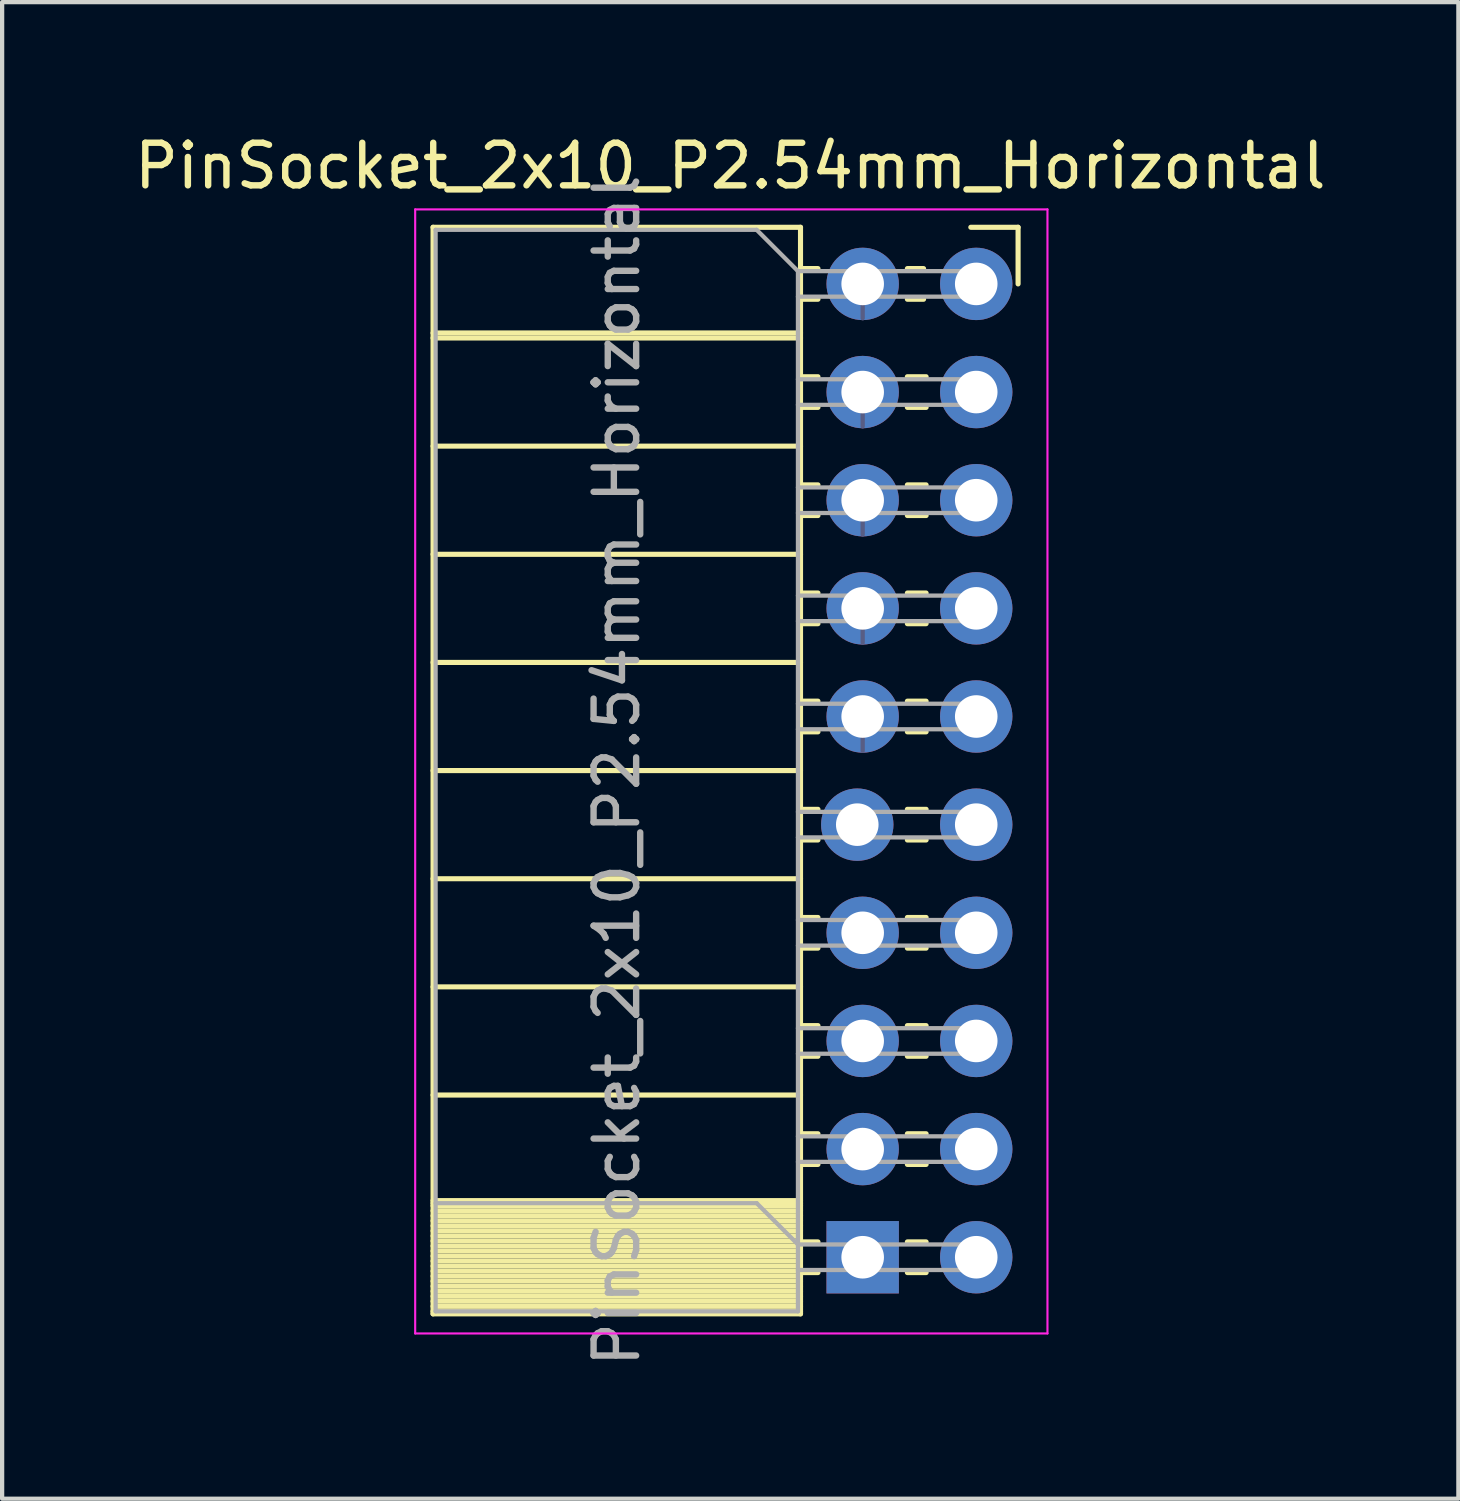
<source format=kicad_pcb>
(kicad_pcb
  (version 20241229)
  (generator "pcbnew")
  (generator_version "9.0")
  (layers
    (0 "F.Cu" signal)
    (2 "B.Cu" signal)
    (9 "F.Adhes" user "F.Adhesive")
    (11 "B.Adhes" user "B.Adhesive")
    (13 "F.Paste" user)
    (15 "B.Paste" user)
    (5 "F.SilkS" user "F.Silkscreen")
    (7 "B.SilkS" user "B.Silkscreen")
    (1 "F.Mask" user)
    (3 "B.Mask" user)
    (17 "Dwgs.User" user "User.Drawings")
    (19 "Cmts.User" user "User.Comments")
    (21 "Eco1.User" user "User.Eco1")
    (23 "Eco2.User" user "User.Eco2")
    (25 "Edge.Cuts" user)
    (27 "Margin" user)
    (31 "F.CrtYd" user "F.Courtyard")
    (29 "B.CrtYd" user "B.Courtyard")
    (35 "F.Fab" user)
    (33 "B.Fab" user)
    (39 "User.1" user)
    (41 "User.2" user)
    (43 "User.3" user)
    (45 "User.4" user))
  (footprint "PinSocket_2x10_P2.54mm_Horizontal"
    (layer "F.Cu")
    (at 21.91 1.84)
    (property "Reference" "PinSocket_2x10_P2.54mm_Horizontal" (at -7.809 -0.992 0) (layer "F.SilkS") (effects (font (size 1 1) (thickness 0.15))))
    (attr through_hole)
    (fp_line (start -14.789 0.448) (end -14.789 25.968) (stroke (width 0.12) (type solid)) (layer "F.SilkS"))
    (fp_line (start -14.789 0.448) (end -6.159 0.448) (stroke (width 0.12) (type solid)) (layer "F.SilkS"))
    (fp_line (start -14.789 2.93) (end -6.159 2.93) (stroke (width 0.12) (type solid)) (layer "F.SilkS"))
    (fp_line (start -14.789 3.048) (end -6.159 3.048) (stroke (width 0.12) (type solid)) (layer "F.SilkS"))
    (fp_line (start -14.789 5.588) (end -6.159 5.588) (stroke (width 0.12) (type solid)) (layer "F.SilkS"))
    (fp_line (start -14.789 8.128) (end -6.159 8.128) (stroke (width 0.12) (type solid)) (layer "F.SilkS"))
    (fp_line (start -14.789 10.668) (end -6.159 10.668) (stroke (width 0.12) (type solid)) (layer "F.SilkS"))
    (fp_line (start -14.789 13.208) (end -6.159 13.208) (stroke (width 0.12) (type solid)) (layer "F.SilkS"))
    (fp_line (start -14.789 15.748) (end -6.159 15.748) (stroke (width 0.12) (type solid)) (layer "F.SilkS"))
    (fp_line (start -14.789 18.288) (end -6.159 18.288) (stroke (width 0.12) (type solid)) (layer "F.SilkS"))
    (fp_line (start -14.789 20.828) (end -6.159 20.828) (stroke (width 0.12) (type solid)) (layer "F.SilkS"))
    (fp_line (start -14.789 23.308) (end -6.159 23.308) (stroke (width 0.12) (type solid)) (layer "F.SilkS"))
    (fp_line (start -14.789 23.368) (end -6.159 23.368) (stroke (width 0.12) (type solid)) (layer "F.SilkS"))
    (fp_line (start -14.789 23.428) (end -6.159 23.428) (stroke (width 0.12) (type solid)) (layer "F.SilkS"))
    (fp_line (start -14.789 23.546) (end -6.159 23.546) (stroke (width 0.12) (type solid)) (layer "F.SilkS"))
    (fp_line (start -14.789 23.664) (end -6.159 23.664) (stroke (width 0.12) (type solid)) (layer "F.SilkS"))
    (fp_line (start -14.789 23.782) (end -6.159 23.782) (stroke (width 0.12) (type solid)) (layer "F.SilkS"))
    (fp_line (start -14.789 23.9) (end -6.159 23.9) (stroke (width 0.12) (type solid)) (layer "F.SilkS"))
    (fp_line (start -14.789 24.018) (end -6.159 24.018) (stroke (width 0.12) (type solid)) (layer "F.SilkS"))
    (fp_line (start -14.789 24.137) (end -6.159 24.137) (stroke (width 0.12) (type solid)) (layer "F.SilkS"))
    (fp_line (start -14.789 24.255) (end -6.159 24.255) (stroke (width 0.12) (type solid)) (layer "F.SilkS"))
    (fp_line (start -14.789 24.373) (end -6.159 24.373) (stroke (width 0.12) (type solid)) (layer "F.SilkS"))
    (fp_line (start -14.789 24.491) (end -6.159 24.491) (stroke (width 0.12) (type solid)) (layer "F.SilkS"))
    (fp_line (start -14.789 24.609) (end -6.159 24.609) (stroke (width 0.12) (type solid)) (layer "F.SilkS"))
    (fp_line (start -14.789 24.727) (end -6.159 24.727) (stroke (width 0.12) (type solid)) (layer "F.SilkS"))
    (fp_line (start -14.789 24.845) (end -6.159 24.845) (stroke (width 0.12) (type solid)) (layer "F.SilkS"))
    (fp_line (start -14.789 24.963) (end -6.159 24.963) (stroke (width 0.12) (type solid)) (layer "F.SilkS"))
    (fp_line (start -14.789 25.081) (end -6.159 25.081) (stroke (width 0.12) (type solid)) (layer "F.SilkS"))
    (fp_line (start -14.789 25.199) (end -6.159 25.199) (stroke (width 0.12) (type solid)) (layer "F.SilkS"))
    (fp_line (start -14.789 25.318) (end -6.159 25.318) (stroke (width 0.12) (type solid)) (layer "F.SilkS"))
    (fp_line (start -14.789 25.436) (end -6.159 25.436) (stroke (width 0.12) (type solid)) (layer "F.SilkS"))
    (fp_line (start -14.789 25.554) (end -6.159 25.554) (stroke (width 0.12) (type solid)) (layer "F.SilkS"))
    (fp_line (start -14.789 25.672) (end -6.159 25.672) (stroke (width 0.12) (type solid)) (layer "F.SilkS"))
    (fp_line (start -14.789 25.79) (end -6.159 25.79) (stroke (width 0.12) (type solid)) (layer "F.SilkS"))
    (fp_line (start -14.789 25.908) (end -6.159 25.908) (stroke (width 0.12) (type solid)) (layer "F.SilkS"))
    (fp_line (start -14.789 25.968) (end -6.159 25.968) (stroke (width 0.12) (type solid)) (layer "F.SilkS"))
    (fp_line (start -6.159 0.448) (end -6.159 25.968) (stroke (width 0.12) (type solid)) (layer "F.SilkS"))
    (fp_line (start -6.159 1.418) (end -5.749 1.418) (stroke (width 0.12) (type solid)) (layer "F.SilkS"))
    (fp_line (start -6.159 2.138) (end -5.749 2.138) (stroke (width 0.12) (type solid)) (layer "F.SilkS"))
    (fp_line (start -6.159 3.958) (end -5.749 3.958) (stroke (width 0.12) (type solid)) (layer "F.SilkS"))
    (fp_line (start -6.159 4.678) (end -5.749 4.678) (stroke (width 0.12) (type solid)) (layer "F.SilkS"))
    (fp_line (start -6.159 6.498) (end -5.749 6.498) (stroke (width 0.12) (type solid)) (layer "F.SilkS"))
    (fp_line (start -6.159 7.218) (end -5.749 7.218) (stroke (width 0.12) (type solid)) (layer "F.SilkS"))
    (fp_line (start -6.159 9.038) (end -5.749 9.038) (stroke (width 0.12) (type solid)) (layer "F.SilkS"))
    (fp_line (start -6.159 9.758) (end -5.749 9.758) (stroke (width 0.12) (type solid)) (layer "F.SilkS"))
    (fp_line (start -6.159 11.578) (end -5.749 11.578) (stroke (width 0.12) (type solid)) (layer "F.SilkS"))
    (fp_line (start -6.159 12.298) (end -5.749 12.298) (stroke (width 0.12) (type solid)) (layer "F.SilkS"))
    (fp_line (start -6.159 14.118) (end -5.749 14.118) (stroke (width 0.12) (type solid)) (layer "F.SilkS"))
    (fp_line (start -6.159 14.838) (end -5.749 14.838) (stroke (width 0.12) (type solid)) (layer "F.SilkS"))
    (fp_line (start -6.159 16.658) (end -5.749 16.658) (stroke (width 0.12) (type solid)) (layer "F.SilkS"))
    (fp_line (start -6.159 17.378) (end -5.749 17.378) (stroke (width 0.12) (type solid)) (layer "F.SilkS"))
    (fp_line (start -6.159 19.198) (end -5.749 19.198) (stroke (width 0.12) (type solid)) (layer "F.SilkS"))
    (fp_line (start -6.159 19.918) (end -5.749 19.918) (stroke (width 0.12) (type solid)) (layer "F.SilkS"))
    (fp_line (start -6.159 21.738) (end -5.749 21.738) (stroke (width 0.12) (type solid)) (layer "F.SilkS"))
    (fp_line (start -6.159 22.458) (end -5.749 22.458) (stroke (width 0.12) (type solid)) (layer "F.SilkS"))
    (fp_line (start -6.159 24.278) (end -5.749 24.278) (stroke (width 0.12) (type solid)) (layer "F.SilkS"))
    (fp_line (start -6.159 24.998) (end -5.749 24.998) (stroke (width 0.12) (type solid)) (layer "F.SilkS"))
    (fp_line (start -3.649 1.418) (end -3.269 1.418) (stroke (width 0.12) (type solid)) (layer "F.SilkS"))
    (fp_line (start -3.649 2.138) (end -3.269 2.138) (stroke (width 0.12) (type solid)) (layer "F.SilkS"))
    (fp_line (start -3.649 3.958) (end -3.209 3.958) (stroke (width 0.12) (type solid)) (layer "F.SilkS"))
    (fp_line (start -3.649 4.678) (end -3.209 4.678) (stroke (width 0.12) (type solid)) (layer "F.SilkS"))
    (fp_line (start -3.649 6.498) (end -3.209 6.498) (stroke (width 0.12) (type solid)) (layer "F.SilkS"))
    (fp_line (start -3.649 7.218) (end -3.209 7.218) (stroke (width 0.12) (type solid)) (layer "F.SilkS"))
    (fp_line (start -3.649 9.038) (end -3.209 9.038) (stroke (width 0.12) (type solid)) (layer "F.SilkS"))
    (fp_line (start -3.649 9.758) (end -3.209 9.758) (stroke (width 0.12) (type solid)) (layer "F.SilkS"))
    (fp_line (start -3.649 11.578) (end -3.209 11.578) (stroke (width 0.12) (type solid)) (layer "F.SilkS"))
    (fp_line (start -3.649 12.298) (end -3.209 12.298) (stroke (width 0.12) (type solid)) (layer "F.SilkS"))
    (fp_line (start -3.649 14.118) (end -3.209 14.118) (stroke (width 0.12) (type solid)) (layer "F.SilkS"))
    (fp_line (start -3.649 14.838) (end -3.209 14.838) (stroke (width 0.12) (type solid)) (layer "F.SilkS"))
    (fp_line (start -3.649 16.658) (end -3.209 16.658) (stroke (width 0.12) (type solid)) (layer "F.SilkS"))
    (fp_line (start -3.649 17.378) (end -3.209 17.378) (stroke (width 0.12) (type solid)) (layer "F.SilkS"))
    (fp_line (start -3.649 19.198) (end -3.209 19.198) (stroke (width 0.12) (type solid)) (layer "F.SilkS"))
    (fp_line (start -3.649 19.918) (end -3.209 19.918) (stroke (width 0.12) (type solid)) (layer "F.SilkS"))
    (fp_line (start -3.649 21.738) (end -3.209 21.738) (stroke (width 0.12) (type solid)) (layer "F.SilkS"))
    (fp_line (start -3.649 22.458) (end -3.209 22.458) (stroke (width 0.12) (type solid)) (layer "F.SilkS"))
    (fp_line (start -3.649 24.278) (end -3.209 24.278) (stroke (width 0.12) (type solid)) (layer "F.SilkS"))
    (fp_line (start -3.649 24.998) (end -3.209 24.998) (stroke (width 0.12) (type solid)) (layer "F.SilkS"))
    (fp_line (start -2.159 0.448) (end -1.049 0.448) (stroke (width 0.12) (type solid)) (layer "F.SilkS"))
    (fp_line (start -1.049 0.448) (end -1.049 1.778) (stroke (width 0.12) (type solid)) (layer "F.SilkS"))
    (fp_line (start -15.209 0.028) (end -15.209 26.428) (stroke (width 0.05) (type solid)) (layer "F.CrtYd"))
    (fp_line (start -15.209 26.428) (end -0.359 26.428) (stroke (width 0.05) (type solid)) (layer "F.CrtYd"))
    (fp_line (start -0.359 0.028) (end -15.209 0.028) (stroke (width 0.05) (type solid)) (layer "F.CrtYd"))
    (fp_line (start -0.359 26.428) (end -0.359 0.028) (stroke (width 0.05) (type solid)) (layer "F.CrtYd"))
    (fp_line (start -4.699 2.586) (end -4.699 1.986) (stroke (width 0.1) (type solid)) (layer "B.Fab"))
    (fp_line (start -4.699 5.126) (end -4.699 4.526) (stroke (width 0.1) (type solid)) (layer "B.Fab"))
    (fp_line (start -4.699 7.666) (end -4.699 7.066) (stroke (width 0.1) (type solid)) (layer "B.Fab"))
    (fp_line (start -4.699 10.206) (end -4.699 9.606) (stroke (width 0.1) (type solid)) (layer "B.Fab"))
    (fp_line (start -4.699 12.746) (end -4.699 12.146) (stroke (width 0.1) (type solid)) (layer "B.Fab"))
    (fp_line (start -14.729 0.508) (end -7.189 0.508) (stroke (width 0.1) (type solid)) (layer "F.Fab"))
    (fp_line (start -14.729 23.368) (end -7.189 23.368) (stroke (width 0.1) (type solid)) (layer "F.Fab"))
    (fp_line (start -14.729 25.908) (end -14.729 0.508) (stroke (width 0.1) (type solid)) (layer "F.Fab"))
    (fp_line (start -7.189 0.508) (end -6.219 1.478) (stroke (width 0.1) (type solid)) (layer "F.Fab"))
    (fp_line (start -7.189 23.368) (end -6.219 24.338) (stroke (width 0.1) (type solid)) (layer "F.Fab"))
    (fp_line (start -6.219 1.478) (end -6.219 25.908) (stroke (width 0.1) (type solid)) (layer "F.Fab"))
    (fp_line (start -6.219 2.078) (end -2.159 2.078) (stroke (width 0.1) (type solid)) (layer "F.Fab"))
    (fp_line (start -6.219 4.618) (end -2.159 4.618) (stroke (width 0.1) (type solid)) (layer "F.Fab"))
    (fp_line (start -6.219 7.158) (end -2.159 7.158) (stroke (width 0.1) (type solid)) (layer "F.Fab"))
    (fp_line (start -6.219 9.698) (end -2.159 9.698) (stroke (width 0.1) (type solid)) (layer "F.Fab"))
    (fp_line (start -6.219 12.238) (end -2.159 12.238) (stroke (width 0.1) (type solid)) (layer "F.Fab"))
    (fp_line (start -6.219 14.778) (end -2.159 14.778) (stroke (width 0.1) (type solid)) (layer "F.Fab"))
    (fp_line (start -6.219 17.318) (end -2.159 17.318) (stroke (width 0.1) (type solid)) (layer "F.Fab"))
    (fp_line (start -6.219 19.858) (end -2.159 19.858) (stroke (width 0.1) (type solid)) (layer "F.Fab"))
    (fp_line (start -6.219 22.398) (end -2.159 22.398) (stroke (width 0.1) (type solid)) (layer "F.Fab"))
    (fp_line (start -6.219 24.938) (end -2.159 24.938) (stroke (width 0.1) (type solid)) (layer "F.Fab"))
    (fp_line (start -6.219 25.908) (end -14.729 25.908) (stroke (width 0.1) (type solid)) (layer "F.Fab"))
    (fp_line (start -2.159 1.478) (end -6.219 1.478) (stroke (width 0.1) (type solid)) (layer "F.Fab"))
    (fp_line (start -2.159 2.078) (end -2.159 1.478) (stroke (width 0.1) (type solid)) (layer "F.Fab"))
    (fp_line (start -2.159 4.018) (end -6.219 4.018) (stroke (width 0.1) (type solid)) (layer "F.Fab"))
    (fp_line (start -2.159 4.618) (end -2.159 4.018) (stroke (width 0.1) (type solid)) (layer "F.Fab"))
    (fp_line (start -2.159 6.558) (end -6.219 6.558) (stroke (width 0.1) (type solid)) (layer "F.Fab"))
    (fp_line (start -2.159 7.158) (end -2.159 6.558) (stroke (width 0.1) (type solid)) (layer "F.Fab"))
    (fp_line (start -2.159 9.098) (end -6.219 9.098) (stroke (width 0.1) (type solid)) (layer "F.Fab"))
    (fp_line (start -2.159 9.698) (end -2.159 9.098) (stroke (width 0.1) (type solid)) (layer "F.Fab"))
    (fp_line (start -2.159 11.638) (end -6.219 11.638) (stroke (width 0.1) (type solid)) (layer "F.Fab"))
    (fp_line (start -2.159 12.238) (end -2.159 11.638) (stroke (width 0.1) (type solid)) (layer "F.Fab"))
    (fp_line (start -2.159 14.178) (end -6.219 14.178) (stroke (width 0.1) (type solid)) (layer "F.Fab"))
    (fp_line (start -2.159 14.778) (end -2.159 14.178) (stroke (width 0.1) (type solid)) (layer "F.Fab"))
    (fp_line (start -2.159 16.718) (end -6.219 16.718) (stroke (width 0.1) (type solid)) (layer "F.Fab"))
    (fp_line (start -2.159 17.318) (end -2.159 16.718) (stroke (width 0.1) (type solid)) (layer "F.Fab"))
    (fp_line (start -2.159 19.258) (end -6.219 19.258) (stroke (width 0.1) (type solid)) (layer "F.Fab"))
    (fp_line (start -2.159 19.858) (end -2.159 19.258) (stroke (width 0.1) (type solid)) (layer "F.Fab"))
    (fp_line (start -2.159 21.798) (end -6.219 21.798) (stroke (width 0.1) (type solid)) (layer "F.Fab"))
    (fp_line (start -2.159 22.398) (end -2.159 21.798) (stroke (width 0.1) (type solid)) (layer "F.Fab"))
    (fp_line (start -2.159 24.338) (end -6.219 24.338) (stroke (width 0.1) (type solid)) (layer "F.Fab"))
    (fp_line (start -2.159 24.938) (end -2.159 24.338) (stroke (width 0.1) (type solid)) (layer "F.Fab"))
    (fp_text user "${REFERENCE}" (at -10.474 13.208 90) (layer "F.Fab") (effects (font (size 1 1) (thickness 0.15))))
    (pad "1" thru_hole rect (at -4.699 24.638 180) (size 1.7 1.7) (drill 1) (layers "*.Cu" "*.Mask"))
    (pad "2" thru_hole oval (at -2.032 24.638) (size 1.7 1.7) (drill 1) (layers "*.Cu" "*.Mask"))
    (pad "3" thru_hole oval (at -4.699 22.098 180) (size 1.7 1.7) (drill 1) (layers "*.Cu" "*.Mask"))
    (pad "4" thru_hole oval (at -2.032 22.098) (size 1.7 1.7) (drill 1) (layers "*.Cu" "*.Mask"))
    (pad "5" thru_hole oval (at -4.699 19.558 180) (size 1.7 1.7) (drill 1) (layers "*.Cu" "*.Mask"))
    (pad "6" thru_hole oval (at -2.032 19.558) (size 1.7 1.7) (drill 1) (layers "*.Cu" "*.Mask"))
    (pad "7" thru_hole oval (at -4.699 17.018 180) (size 1.7 1.7) (drill 1) (layers "*.Cu" "*.Mask"))
    (pad "8" thru_hole oval (at -2.032 17.018) (size 1.7 1.7) (drill 1) (layers "*.Cu" "*.Mask"))
    (pad "9" thru_hole oval (at -4.826 14.478 180) (size 1.7 1.7) (drill 1) (layers "*.Cu" "*.Mask"))
    (pad "10" thru_hole oval (at -2.032 14.478) (size 1.7 1.7) (drill 1) (layers "*.Cu" "*.Mask"))
    (pad "11" thru_hole oval (at -4.699 11.938 180) (size 1.7 1.7) (drill 1) (layers "*.Cu" "*.Mask"))
    (pad "12" thru_hole oval (at -2.032 11.938) (size 1.7 1.7) (drill 1) (layers "*.Cu" "*.Mask"))
    (pad "13" thru_hole oval (at -4.699 9.398 180) (size 1.7 1.7) (drill 1) (layers "*.Cu" "*.Mask"))
    (pad "14" thru_hole oval (at -2.032 9.398) (size 1.7 1.7) (drill 1) (layers "*.Cu" "*.Mask"))
    (pad "15" thru_hole oval (at -4.699 6.858 180) (size 1.7 1.7) (drill 1) (layers "*.Cu" "*.Mask"))
    (pad "16" thru_hole oval (at -2.032 6.858) (size 1.7 1.7) (drill 1) (layers "*.Cu" "*.Mask"))
    (pad "17" thru_hole oval (at -4.699 4.318 180) (size 1.7 1.7) (drill 1) (layers "*.Cu" "*.Mask"))
    (pad "18" thru_hole oval (at -2.032 4.318) (size 1.7 1.7) (drill 1) (layers "*.Cu" "*.Mask"))
    (pad "19" thru_hole oval (at -4.699 1.778 180) (size 1.7 1.7) (drill 1) (layers "*.Cu" "*.Mask"))
    (pad "20" thru_hole oval (at -2.032 1.778) (size 1.7 1.7) (drill 1) (layers "*.Cu" "*.Mask")))
  (gr_rect
    (start -3 -3)
    (end 31.202 32.149)
    (stroke (width 0.1) (type default))
    (fill no)
    (layer "Edge.Cuts")))
</source>
